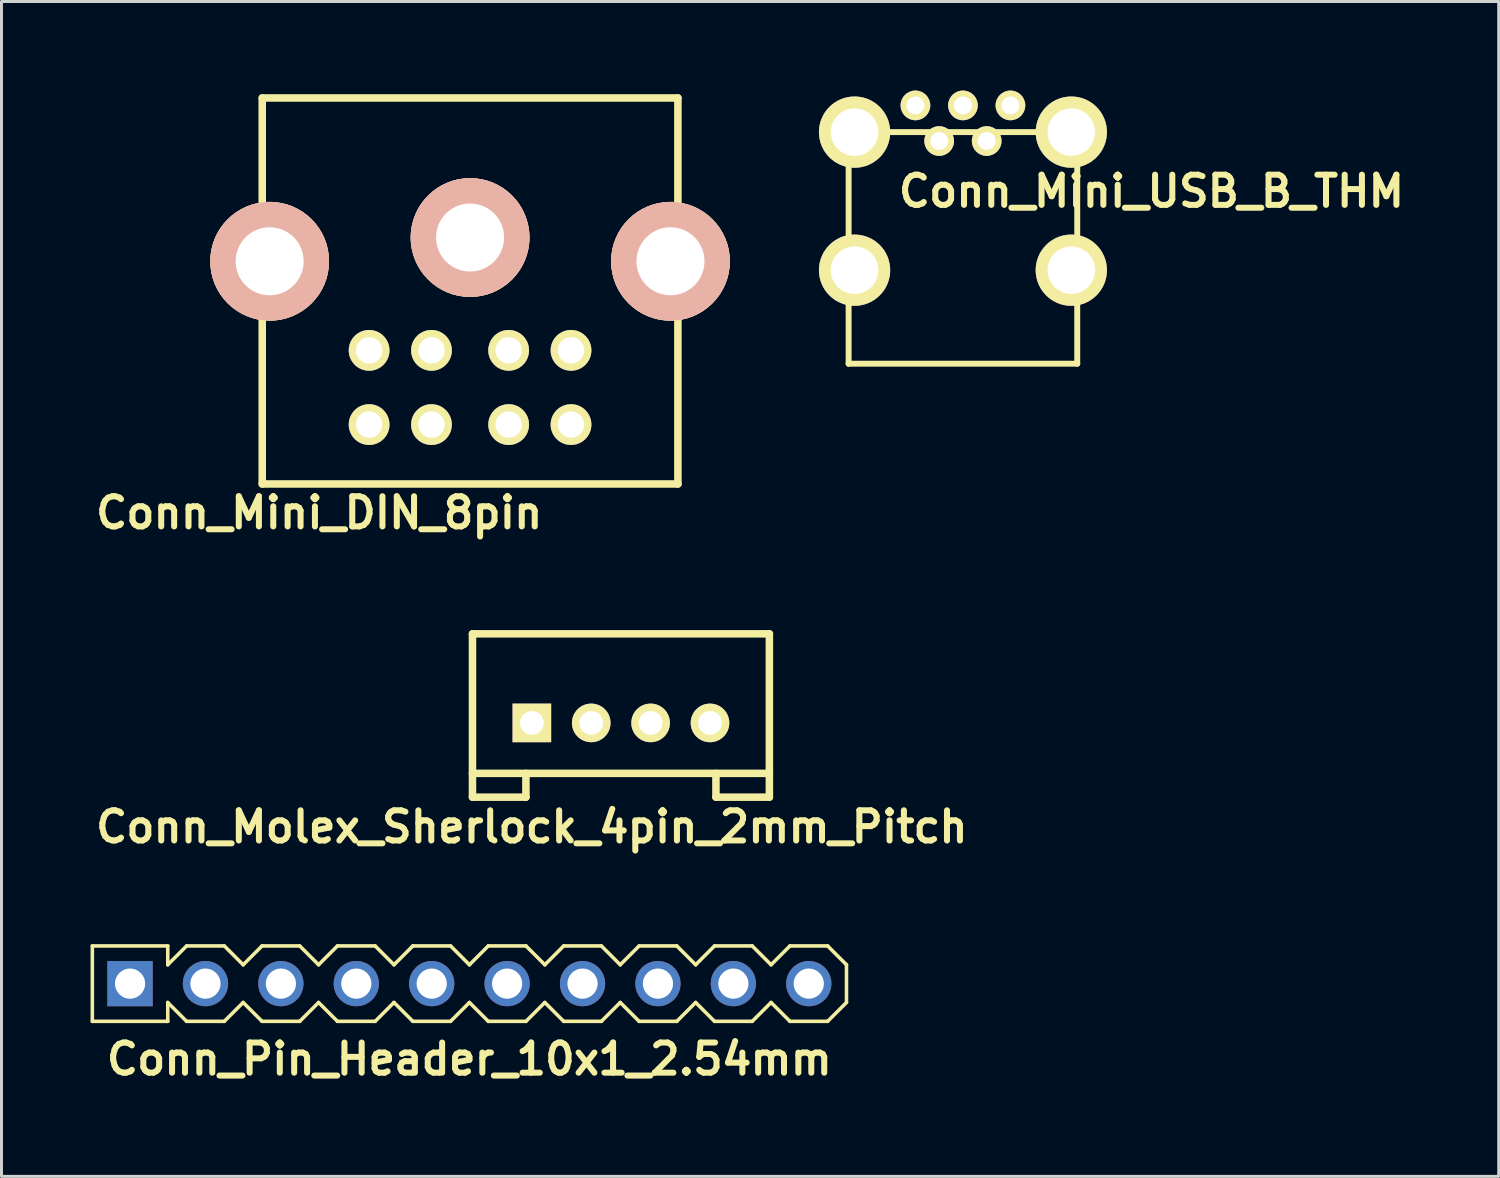
<source format=kicad_pcb>
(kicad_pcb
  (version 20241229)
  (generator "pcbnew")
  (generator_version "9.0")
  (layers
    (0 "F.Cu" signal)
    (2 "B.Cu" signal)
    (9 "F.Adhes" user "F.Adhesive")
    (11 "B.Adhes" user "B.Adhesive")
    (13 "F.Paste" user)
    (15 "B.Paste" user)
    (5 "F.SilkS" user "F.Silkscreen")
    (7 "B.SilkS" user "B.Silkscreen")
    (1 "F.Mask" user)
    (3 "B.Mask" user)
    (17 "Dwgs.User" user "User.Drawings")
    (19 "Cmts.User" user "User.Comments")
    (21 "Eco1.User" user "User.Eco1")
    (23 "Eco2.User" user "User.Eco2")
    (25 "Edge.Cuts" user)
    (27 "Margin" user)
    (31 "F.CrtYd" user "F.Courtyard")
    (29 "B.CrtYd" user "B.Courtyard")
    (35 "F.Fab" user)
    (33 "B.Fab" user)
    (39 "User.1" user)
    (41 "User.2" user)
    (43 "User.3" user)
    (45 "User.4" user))
  (footprint "Conn_Pin_Header_10x1_2.54mm"
    (layer "F.Cu")
    (at 12.76 30.079)
    (property "Reference" "Conn_Pin_Header_10x1_2.54mm" (at 0 2.54 0) (layer "F.SilkS") (effects (font (size 1.016 1.016) (thickness 0.203))))
    (attr through_hole)
    (fp_line (start -12.7 -1.27) (end -12.7 1.27) (stroke (width 0.12) (type solid)) (layer "F.SilkS"))
    (fp_line (start -12.7 1.27) (end -10.16 1.27) (stroke (width 0.12) (type solid)) (layer "F.SilkS"))
    (fp_line (start -10.16 -1.27) (end -12.7 -1.27) (stroke (width 0.12) (type solid)) (layer "F.SilkS"))
    (fp_line (start -10.16 -0.635) (end -10.16 -1.27) (stroke (width 0.12) (type solid)) (layer "F.SilkS"))
    (fp_line (start -10.16 0.635) (end -9.525 1.27) (stroke (width 0.12) (type solid)) (layer "F.SilkS"))
    (fp_line (start -10.16 1.27) (end -10.16 0.635) (stroke (width 0.12) (type solid)) (layer "F.SilkS"))
    (fp_line (start -9.525 -1.27) (end -10.16 -0.635) (stroke (width 0.12) (type solid)) (layer "F.SilkS"))
    (fp_line (start -9.525 1.27) (end -8.255 1.27) (stroke (width 0.12) (type solid)) (layer "F.SilkS"))
    (fp_line (start -8.255 -1.27) (end -9.525 -1.27) (stroke (width 0.12) (type solid)) (layer "F.SilkS"))
    (fp_line (start -8.255 1.27) (end -7.62 0.635) (stroke (width 0.12) (type solid)) (layer "F.SilkS"))
    (fp_line (start -7.62 -0.635) (end -8.255 -1.27) (stroke (width 0.12) (type solid)) (layer "F.SilkS"))
    (fp_line (start -7.62 0.635) (end -6.985 1.27) (stroke (width 0.12) (type solid)) (layer "F.SilkS"))
    (fp_line (start -6.985 -1.27) (end -7.62 -0.635) (stroke (width 0.12) (type solid)) (layer "F.SilkS"))
    (fp_line (start -6.985 1.27) (end -5.715 1.27) (stroke (width 0.12) (type solid)) (layer "F.SilkS"))
    (fp_line (start -5.715 -1.27) (end -6.985 -1.27) (stroke (width 0.12) (type solid)) (layer "F.SilkS"))
    (fp_line (start -5.715 1.27) (end -5.08 0.635) (stroke (width 0.12) (type solid)) (layer "F.SilkS"))
    (fp_line (start -5.08 -0.635) (end -5.715 -1.27) (stroke (width 0.12) (type solid)) (layer "F.SilkS"))
    (fp_line (start -5.08 0.635) (end -4.445 1.27) (stroke (width 0.12) (type solid)) (layer "F.SilkS"))
    (fp_line (start -4.445 -1.27) (end -5.08 -0.635) (stroke (width 0.12) (type solid)) (layer "F.SilkS"))
    (fp_line (start -4.445 1.27) (end -3.175 1.27) (stroke (width 0.12) (type solid)) (layer "F.SilkS"))
    (fp_line (start -3.175 -1.27) (end -4.445 -1.27) (stroke (width 0.12) (type solid)) (layer "F.SilkS"))
    (fp_line (start -3.175 1.27) (end -2.54 0.635) (stroke (width 0.12) (type solid)) (layer "F.SilkS"))
    (fp_line (start -2.54 -0.635) (end -3.175 -1.27) (stroke (width 0.12) (type solid)) (layer "F.SilkS"))
    (fp_line (start -2.54 0.635) (end -1.905 1.27) (stroke (width 0.12) (type solid)) (layer "F.SilkS"))
    (fp_line (start -1.905 -1.27) (end -2.54 -0.635) (stroke (width 0.12) (type solid)) (layer "F.SilkS"))
    (fp_line (start -1.905 1.27) (end -0.635 1.27) (stroke (width 0.12) (type solid)) (layer "F.SilkS"))
    (fp_line (start -0.635 -1.27) (end -1.905 -1.27) (stroke (width 0.12) (type solid)) (layer "F.SilkS"))
    (fp_line (start -0.635 1.27) (end 0 0.635) (stroke (width 0.12) (type solid)) (layer "F.SilkS"))
    (fp_line (start 0 -0.635) (end -0.635 -1.27) (stroke (width 0.12) (type solid)) (layer "F.SilkS"))
    (fp_line (start 0 0.635) (end 0.635 1.27) (stroke (width 0.12) (type solid)) (layer "F.SilkS"))
    (fp_line (start 0.635 -1.27) (end 0 -0.635) (stroke (width 0.12) (type solid)) (layer "F.SilkS"))
    (fp_line (start 0.635 1.27) (end 1.905 1.27) (stroke (width 0.12) (type solid)) (layer "F.SilkS"))
    (fp_line (start 1.905 -1.27) (end 0.635 -1.27) (stroke (width 0.12) (type solid)) (layer "F.SilkS"))
    (fp_line (start 1.905 1.27) (end 2.54 0.635) (stroke (width 0.12) (type solid)) (layer "F.SilkS"))
    (fp_line (start 2.54 -0.635) (end 1.905 -1.27) (stroke (width 0.12) (type solid)) (layer "F.SilkS"))
    (fp_line (start 2.54 0.635) (end 3.175 1.27) (stroke (width 0.12) (type solid)) (layer "F.SilkS"))
    (fp_line (start 3.175 -1.27) (end 2.54 -0.635) (stroke (width 0.12) (type solid)) (layer "F.SilkS"))
    (fp_line (start 3.175 1.27) (end 4.445 1.27) (stroke (width 0.12) (type solid)) (layer "F.SilkS"))
    (fp_line (start 4.445 -1.27) (end 3.175 -1.27) (stroke (width 0.12) (type solid)) (layer "F.SilkS"))
    (fp_line (start 4.445 1.27) (end 5.08 0.635) (stroke (width 0.12) (type solid)) (layer "F.SilkS"))
    (fp_line (start 5.08 -0.635) (end 4.445 -1.27) (stroke (width 0.12) (type solid)) (layer "F.SilkS"))
    (fp_line (start 5.08 0.635) (end 5.715 1.27) (stroke (width 0.12) (type solid)) (layer "F.SilkS"))
    (fp_line (start 5.715 -1.27) (end 5.08 -0.635) (stroke (width 0.12) (type solid)) (layer "F.SilkS"))
    (fp_line (start 5.715 1.27) (end 6.985 1.27) (stroke (width 0.12) (type solid)) (layer "F.SilkS"))
    (fp_line (start 6.985 -1.27) (end 5.715 -1.27) (stroke (width 0.12) (type solid)) (layer "F.SilkS"))
    (fp_line (start 6.985 1.27) (end 7.62 0.635) (stroke (width 0.12) (type solid)) (layer "F.SilkS"))
    (fp_line (start 7.62 -0.635) (end 6.985 -1.27) (stroke (width 0.12) (type solid)) (layer "F.SilkS"))
    (fp_line (start 7.62 0.635) (end 8.255 1.27) (stroke (width 0.12) (type solid)) (layer "F.SilkS"))
    (fp_line (start 8.255 -1.27) (end 7.62 -0.635) (stroke (width 0.12) (type solid)) (layer "F.SilkS"))
    (fp_line (start 8.255 1.27) (end 9.525 1.27) (stroke (width 0.12) (type solid)) (layer "F.SilkS"))
    (fp_line (start 9.525 -1.27) (end 8.255 -1.27) (stroke (width 0.12) (type solid)) (layer "F.SilkS"))
    (fp_line (start 9.525 1.27) (end 10.16 0.635) (stroke (width 0.12) (type solid)) (layer "F.SilkS"))
    (fp_line (start 10.16 -0.635) (end 9.525 -1.27) (stroke (width 0.12) (type solid)) (layer "F.SilkS"))
    (fp_line (start 10.16 0.635) (end 10.795 1.27) (stroke (width 0.12) (type solid)) (layer "F.SilkS"))
    (fp_line (start 10.795 -1.27) (end 10.16 -0.635) (stroke (width 0.12) (type solid)) (layer "F.SilkS"))
    (fp_line (start 10.795 1.27) (end 12.065 1.27) (stroke (width 0.12) (type solid)) (layer "F.SilkS"))
    (fp_line (start 12.065 -1.27) (end 10.795 -1.27) (stroke (width 0.12) (type solid)) (layer "F.SilkS"))
    (fp_line (start 12.065 1.27) (end 12.7 0.635) (stroke (width 0.12) (type solid)) (layer "F.SilkS"))
    (fp_line (start 12.7 -0.635) (end 12.065 -1.27) (stroke (width 0.12) (type solid)) (layer "F.SilkS"))
    (fp_line (start 12.7 -0.635) (end 12.7 0.635) (stroke (width 0.12) (type solid)) (layer "F.SilkS"))
    (pad "1" thru_hole rect (at -11.43 0) (size 1.524 1.524) (drill 1.016) (layers "*.Cu" "*.Mask"))
    (pad "2" thru_hole circle (at -8.89 0) (size 1.524 1.524) (drill 1.016) (layers "*.Cu" "*.Mask"))
    (pad "3" thru_hole circle (at -6.35 0) (size 1.524 1.524) (drill 1.016) (layers "*.Cu" "*.Mask"))
    (pad "4" thru_hole circle (at -3.81 0) (size 1.524 1.524) (drill 1.016) (layers "*.Cu" "*.Mask"))
    (pad "5" thru_hole circle (at -1.27 0) (size 1.524 1.524) (drill 1.016) (layers "*.Cu" "*.Mask"))
    (pad "6" thru_hole circle (at 1.27 0) (size 1.524 1.524) (drill 1.016) (layers "*.Cu" "*.Mask"))
    (pad "7" thru_hole circle (at 3.81 0) (size 1.524 1.524) (drill 1.016) (layers "*.Cu" "*.Mask"))
    (pad "8" thru_hole circle (at 6.35 0) (size 1.524 1.524) (drill 1.016) (layers "*.Cu" "*.Mask"))
    (pad "9" thru_hole circle (at 8.89 0) (size 1.524 1.524) (drill 1.016) (layers "*.Cu" "*.Mask"))
    (pad "10" thru_hole circle (at 11.43 0) (size 1.524 1.524) (drill 1.016) (layers "*.Cu" "*.Mask")))
  (footprint "Conn_Mini_DIN_8pin"
    (layer "F.Cu")
    (at 12.782 0.25)
    (property "Reference" "Conn_Mini_DIN_8pin" (at -5.08 13.97 0) (layer "F.SilkS") (effects (font (size 1.016 1.016) (thickness 0.203))))
    (attr through_hole)
    (fp_line (start -7 0) (end 7 0) (stroke (width 0.254) (type solid)) (layer "F.SilkS"))
    (fp_line (start -7 13) (end -7 0) (stroke (width 0.254) (type solid)) (layer "F.SilkS"))
    (fp_line (start 7 0) (end 7 13) (stroke (width 0.254) (type solid)) (layer "F.SilkS"))
    (fp_line (start 7 13) (end -7 13) (stroke (width 0.254) (type solid)) (layer "F.SilkS"))
    (pad "1" thru_hole circle (at -1.3 8.5 180) (size 1.372 1.372) (drill 0.889) (layers "*.Cu" "*.Mask" "F.SilkS"))
    (pad "2" thru_hole circle (at 1.3 8.5 180) (size 1.372 1.372) (drill 0.889) (layers "*.Cu" "*.Mask" "F.SilkS"))
    (pad "3" thru_hole circle (at -3.4 8.5 180) (size 1.372 1.372) (drill 0.889) (layers "*.Cu" "*.Mask" "F.SilkS"))
    (pad "4" thru_hole circle (at -1.3 11 180) (size 1.372 1.372) (drill 0.889) (layers "*.Cu" "*.Mask" "F.SilkS"))
    (pad "5" thru_hole circle (at 3.4 8.5 180) (size 1.372 1.372) (drill 0.889) (layers "*.Cu" "*.Mask" "F.SilkS"))
    (pad "6" thru_hole circle (at -3.4 11 180) (size 1.372 1.372) (drill 0.889) (layers "*.Cu" "*.Mask" "F.SilkS"))
    (pad "7" thru_hole circle (at 1.3 11 180) (size 1.372 1.372) (drill 0.889) (layers "*.Cu" "*.Mask" "F.SilkS"))
    (pad "8" thru_hole circle (at 3.4 11 180) (size 1.372 1.372) (drill 0.889) (layers "*.Cu" "*.Mask" "F.SilkS"))
    (pad "~" thru_hole circle (at -6.75 5.5 180) (size 4 4) (drill 2.291) (layers "*.Cu" "*.SilkS" "*.Mask"))
    (pad "~" thru_hole circle (at 0 4.7 180) (size 4 4) (drill 2.291) (layers "*.Cu" "*.SilkS" "*.Mask"))
    (pad "~" thru_hole circle (at 6.75 5.5 180) (size 4 4) (drill 2.291) (layers "*.Cu" "*.SilkS" "*.Mask")))
  (footprint "Conn_Molex_Sherlock_4pin_2mm_Pitch"
    (layer "F.Cu")
    (at 17.863 21.298)
    (property "Reference" "Conn_Molex_Sherlock_4pin_2mm_Pitch" (at -3 3.5 0) (layer "F.SilkS") (effects (font (size 1.016 1.016) (thickness 0.203))))
    (attr through_hole)
    (fp_line (start -5 -3) (end -5 2.5) (stroke (width 0.254) (type solid)) (layer "F.SilkS"))
    (fp_line (start -5 -3) (end 5 -3) (stroke (width 0.254) (type solid)) (layer "F.SilkS"))
    (fp_line (start -5 1.7) (end 5 1.7) (stroke (width 0.254) (type solid)) (layer "F.SilkS"))
    (fp_line (start -5 2.5) (end -3.2 2.5) (stroke (width 0.254) (type solid)) (layer "F.SilkS"))
    (fp_line (start -3.2 2.5) (end -3.2 1.7) (stroke (width 0.254) (type solid)) (layer "F.SilkS"))
    (fp_line (start 3.2 1.7) (end 3.2 2.5) (stroke (width 0.254) (type solid)) (layer "F.SilkS"))
    (fp_line (start 5 -3) (end 5 2.5) (stroke (width 0.254) (type solid)) (layer "F.SilkS"))
    (fp_line (start 5 2.5) (end 3.2 2.5) (stroke (width 0.254) (type solid)) (layer "F.SilkS"))
    (pad "1" thru_hole rect (at -3 0) (size 1.3 1.3) (drill 0.8) (layers "*.Cu" "*.Mask" "F.SilkS"))
    (pad "2" thru_hole circle (at -1 0) (size 1.3 1.3) (drill 0.8) (layers "*.Cu" "*.Mask" "F.SilkS"))
    (pad "3" thru_hole circle (at 1 0) (size 1.3 1.3) (drill 0.8) (layers "*.Cu" "*.Mask" "F.SilkS"))
    (pad "4" thru_hole circle (at 3 0) (size 1.3 1.3) (drill 0.8) (layers "*.Cu" "*.Mask" "F.SilkS")))
  (footprint "Conn_Mini_USB_B_THM"
    (layer "F.Cu")
    (at 29.382 7.2)
    (property "Reference" "Conn_Mini_USB_B_THM" (at 6.35 -3.81 0) (layer "F.SilkS") (effects (font (size 1.016 1.016) (thickness 0.203))))
    (attr through_hole)
    (fp_line (start -3.85 -5.8) (end 3.85 -5.8) (stroke (width 0.2) (type solid)) (layer "F.SilkS"))
    (fp_line (start -3.85 2) (end -3.85 -5.8) (stroke (width 0.2) (type solid)) (layer "F.SilkS"))
    (fp_line (start -3.85 2) (end 3.85 2) (stroke (width 0.2) (type solid)) (layer "F.SilkS"))
    (fp_line (start 3.85 -5.8) (end 3.85 2) (stroke (width 0.2) (type solid)) (layer "F.SilkS"))
    (pad "1" thru_hole circle (at -1.6 -6.7) (size 1 1) (drill 0.6) (layers "*.Cu" "*.Mask" "F.SilkS"))
    (pad "2" thru_hole circle (at -0.8 -5.5) (size 1 1) (drill 0.6) (layers "*.Cu" "*.Mask" "F.SilkS"))
    (pad "3" thru_hole circle (at 0 -6.7) (size 1 1) (drill 0.6) (layers "*.Cu" "*.Mask" "F.SilkS"))
    (pad "4" thru_hole circle (at 0.8 -5.5) (size 1 1) (drill 0.6) (layers "*.Cu" "*.Mask" "F.SilkS"))
    (pad "5" thru_hole circle (at 1.6 -6.7) (size 1 1) (drill 0.6) (layers "*.Cu" "*.Mask" "F.SilkS"))
    (pad "6" thru_hole circle (at -3.65 -5.8) (size 2.4 2.4) (drill 1.6) (layers "*.Cu" "*.Mask" "F.SilkS"))
    (pad "6" thru_hole circle (at -3.65 -1.15) (size 2.4 2.4) (drill 1.6) (layers "*.Cu" "*.Mask" "F.SilkS"))
    (pad "6" thru_hole circle (at 3.65 -5.8) (size 2.4 2.4) (drill 1.6) (layers "*.Cu" "*.Mask" "F.SilkS"))
    (pad "6" thru_hole circle (at 3.65 -1.15) (size 2.4 2.4) (drill 1.6) (layers "*.Cu" "*.Mask" "F.SilkS")))
  (gr_rect
    (start -3 -3)
    (end 47.427 36.57)
    (stroke (width 0.1) (type default))
    (fill no)
    (layer "Edge.Cuts")))
</source>
